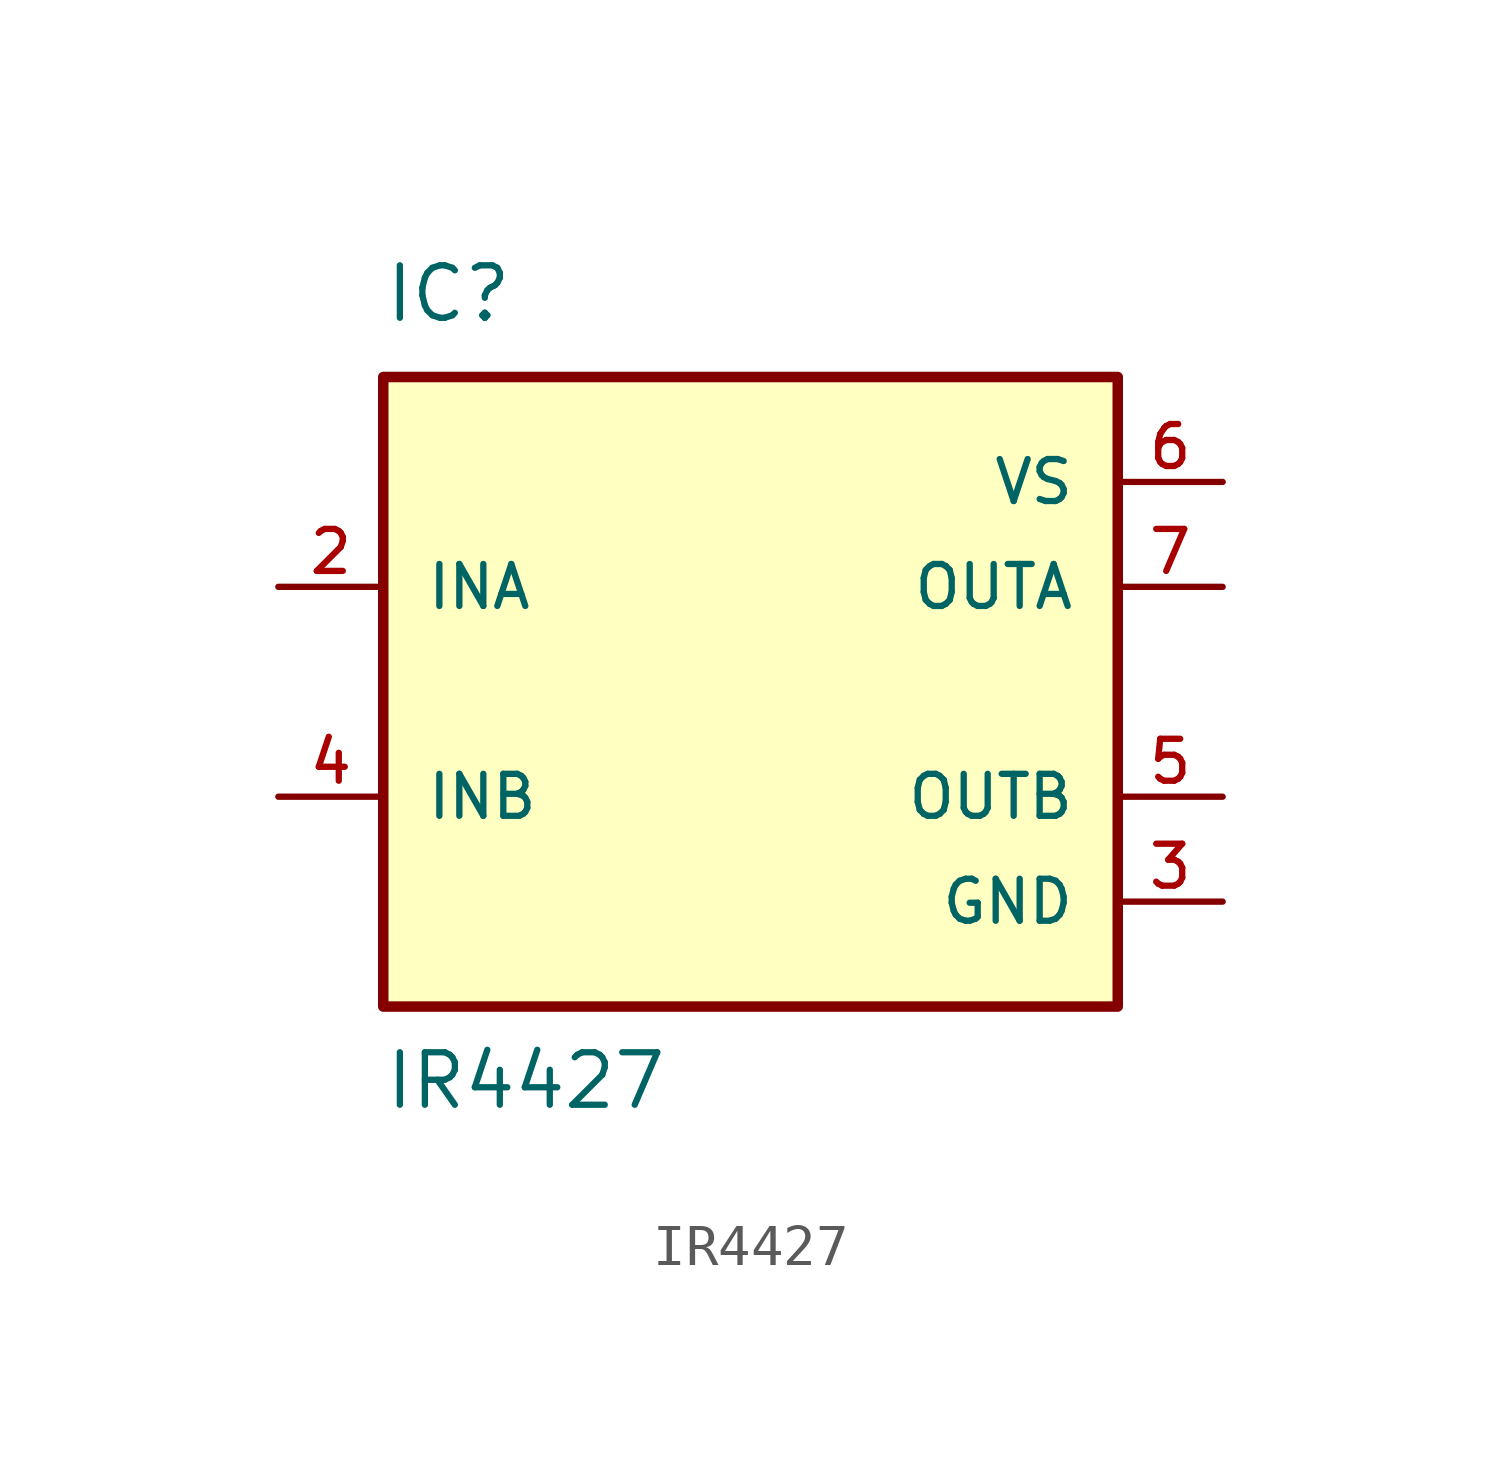
<source format=kicad_sym>
(kicad_symbol_lib
  (version 20211014)
  (generator kicad_symbol_editor)
  (symbol "IR4427"
    (pin_names
      (offset 1.016))
    (property "Reference" "IC"
      (at -7.62 8.89 0)
      (effects (font (size 1.27 1.27)) (justify bottom left)))
    (property "Value" "IR4427"
      (at -7.62 -10.16 0)
      (effects (font (size 1.27 1.27)) (justify bottom left)))
    (symbol "IR4427_0_0"
      (rectangle (start -7.62 -7.62) (end 10.16 7.62) (stroke (width 0.254)) (fill (type background)))
      (pin input line (at -10.16 2.54 0) (length 2.54) (name "INA" (effects (font (size 1.016 1.016)))) (number "2" (effects (font (size 1.016 1.016)))))
      (pin input line (at -10.16 -2.54 0) (length 2.54) (name "INB" (effects (font (size 1.016 1.016)))) (number "4" (effects (font (size 1.016 1.016)))))
      (pin output line (at 12.7 2.54 180.0) (length 2.54) (name "OUTA" (effects (font (size 1.016 1.016)))) (number "7" (effects (font (size 1.016 1.016)))))
      (pin output line (at 12.7 -2.54 180.0) (length 2.54) (name "OUTB" (effects (font (size 1.016 1.016)))) (number "5" (effects (font (size 1.016 1.016)))))
      (pin power_in line (at 12.7 -5.08 180.0) (length 2.54) (name "GND" (effects (font (size 1.016 1.016)))) (number "3" (effects (font (size 1.016 1.016)))))
      (pin power_in line (at 12.7 5.08 180.0) (length 2.54) (name "VS" (effects (font (size 1.016 1.016)))) (number "6" (effects (font (size 1.016 1.016))))))))
</source>
